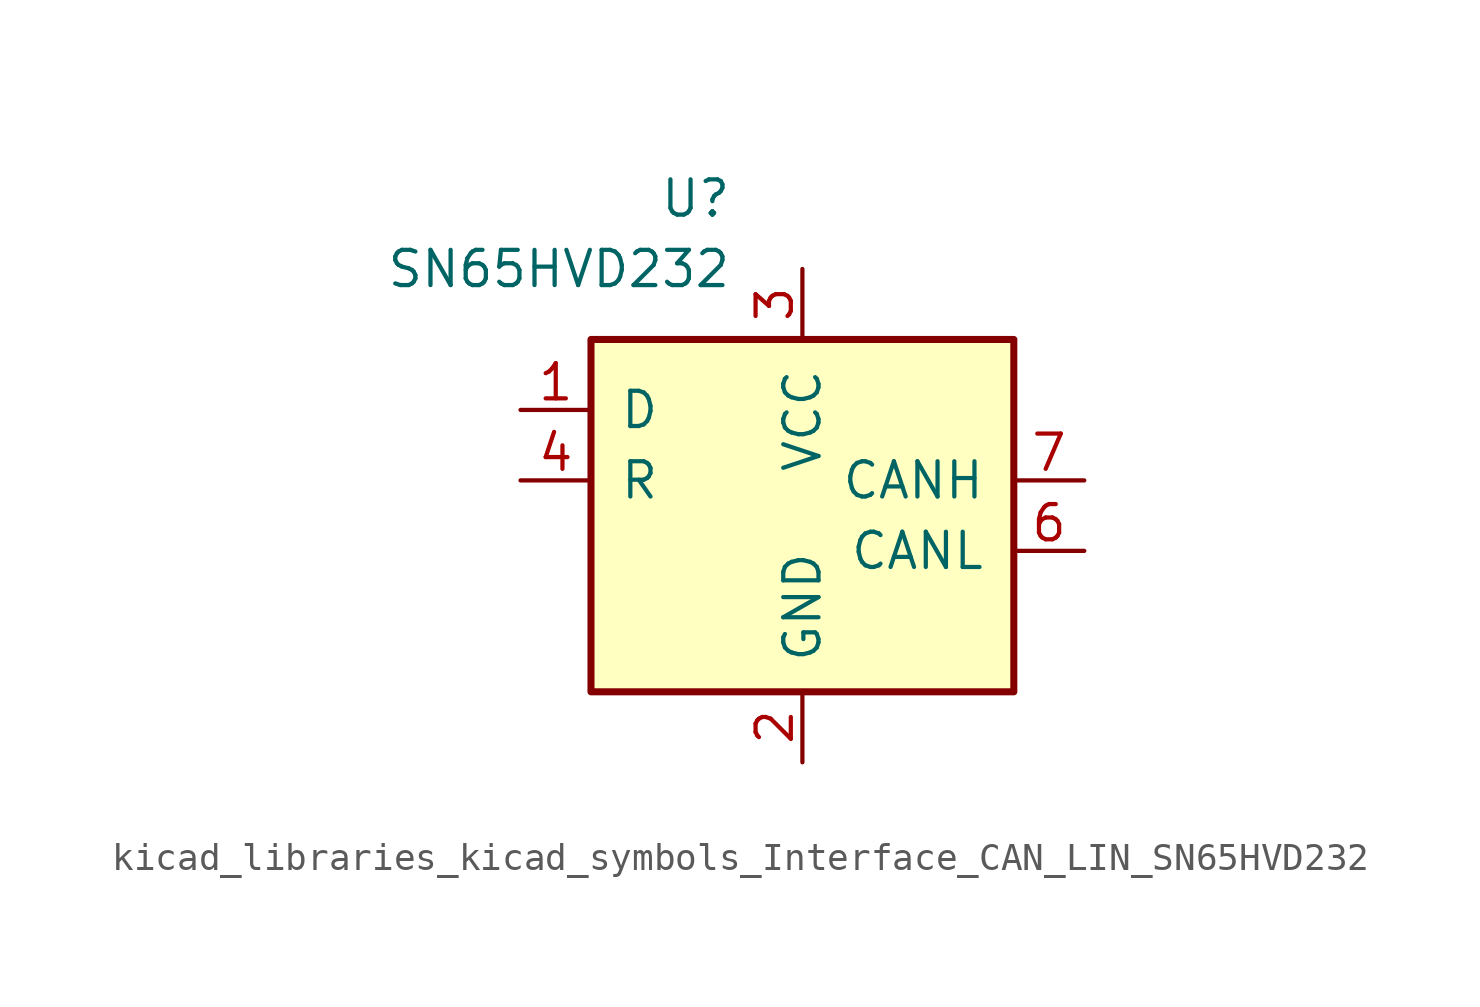
<source format=kicad_sym>
(kicad_symbol_lib
  (version 20220914)
  (generator kicad_symbol_editor)
  (symbol "kicad_libraries_kicad_symbols_Interface_CAN_LIN_SN65HVD232"
    (pin_names
      (offset 1.016))
    (property "Reference" "U"
      (at -2.54 10.16 0)
      (effects (font (size 1.27 1.27)) (justify right)))
    (property "Value" "SN65HVD232"
      (at -2.54 7.62 0)
      (effects (font (size 1.27 1.27)) (justify right)))
    (symbol "kicad_libraries_kicad_symbols_Interface_CAN_LIN_SN65HVD232_0_1"
      (rectangle (start -7.62 5.08) (end 7.62 -7.62) (stroke (width 0.254) (type default)) (fill (type background))))
    (symbol "kicad_libraries_kicad_symbols_Interface_CAN_LIN_SN65HVD232_1_1"
      (pin input line (at -10.16 2.54 0) (length 2.54) (name "D" (effects (font (size 1.27 1.27)))) (number "1" (effects (font (size 1.27 1.27)))))
      (pin power_in line (at 0 -10.16 90) (length 2.54) (name "GND" (effects (font (size 1.27 1.27)))) (number "2" (effects (font (size 1.27 1.27)))))
      (pin power_in line (at 0 7.62 270) (length 2.54) (name "VCC" (effects (font (size 1.27 1.27)))) (number "3" (effects (font (size 1.27 1.27)))))
      (pin output line (at -10.16 0 0) (length 2.54) (name "R" (effects (font (size 1.27 1.27)))) (number "4" (effects (font (size 1.27 1.27)))))
      (pin no_connect line (at -7.62 -2.54 0) (length 2.54) hide (name "NC" (effects (font (size 1.27 1.27)))) (number "5" (effects (font (size 1.27 1.27)))))
      (pin bidirectional line (at 10.16 -2.54 180) (length 2.54) (name "CANL" (effects (font (size 1.27 1.27)))) (number "6" (effects (font (size 1.27 1.27)))))
      (pin bidirectional line (at 10.16 0 180) (length 2.54) (name "CANH" (effects (font (size 1.27 1.27)))) (number "7" (effects (font (size 1.27 1.27)))))
      (pin no_connect line (at -7.62 -5.08 0) (length 2.54) hide (name "NC" (effects (font (size 1.27 1.27)))) (number "8" (effects (font (size 1.27 1.27))))))))
</source>
